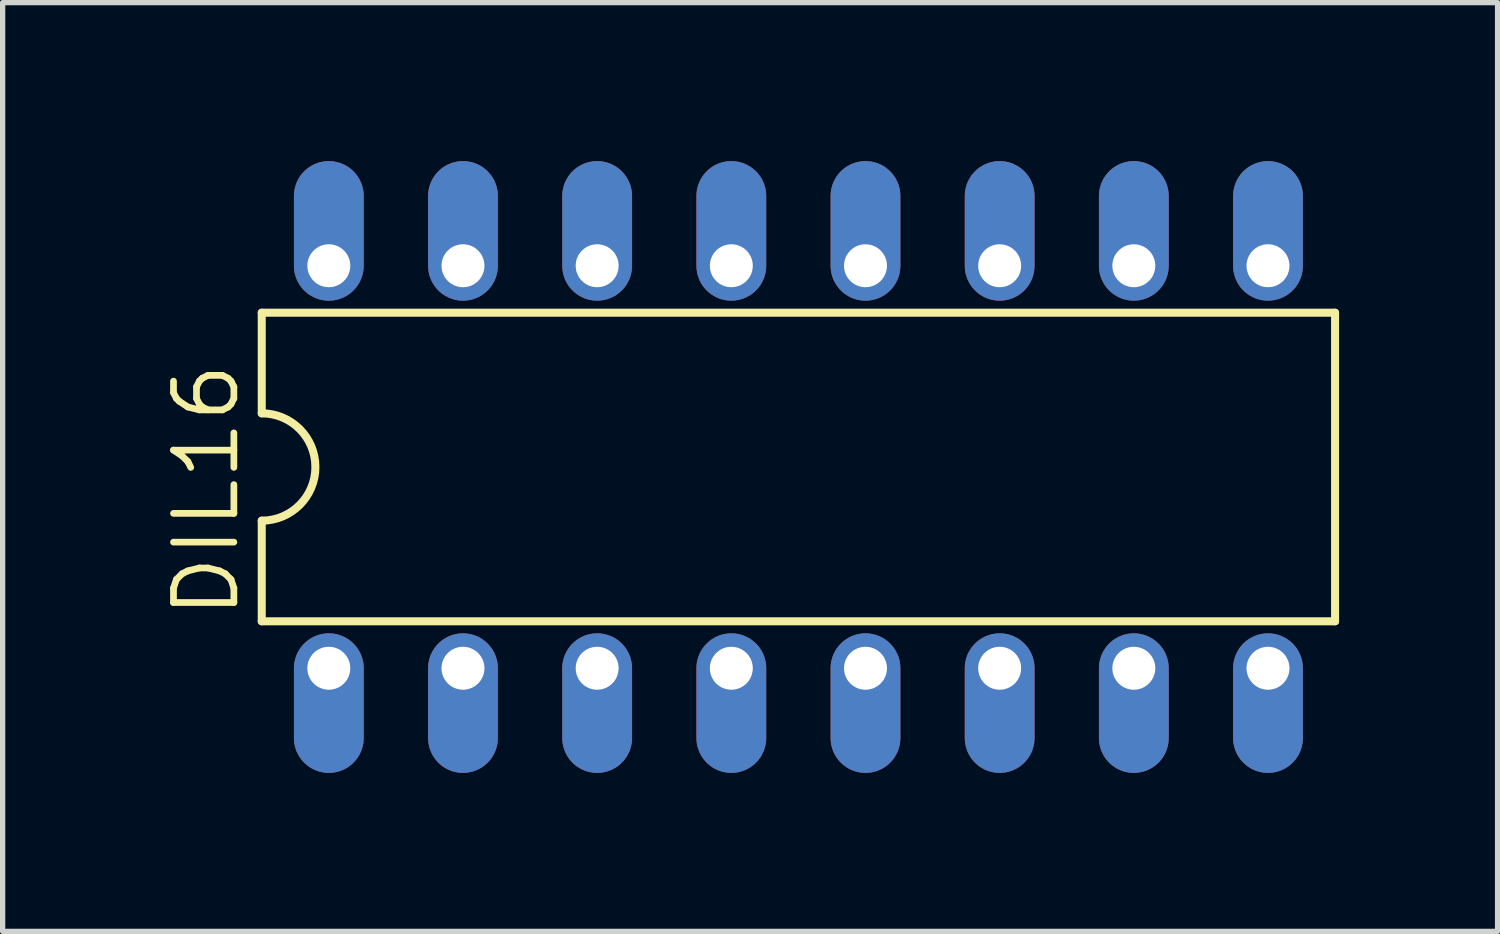
<source format=kicad_pcb>
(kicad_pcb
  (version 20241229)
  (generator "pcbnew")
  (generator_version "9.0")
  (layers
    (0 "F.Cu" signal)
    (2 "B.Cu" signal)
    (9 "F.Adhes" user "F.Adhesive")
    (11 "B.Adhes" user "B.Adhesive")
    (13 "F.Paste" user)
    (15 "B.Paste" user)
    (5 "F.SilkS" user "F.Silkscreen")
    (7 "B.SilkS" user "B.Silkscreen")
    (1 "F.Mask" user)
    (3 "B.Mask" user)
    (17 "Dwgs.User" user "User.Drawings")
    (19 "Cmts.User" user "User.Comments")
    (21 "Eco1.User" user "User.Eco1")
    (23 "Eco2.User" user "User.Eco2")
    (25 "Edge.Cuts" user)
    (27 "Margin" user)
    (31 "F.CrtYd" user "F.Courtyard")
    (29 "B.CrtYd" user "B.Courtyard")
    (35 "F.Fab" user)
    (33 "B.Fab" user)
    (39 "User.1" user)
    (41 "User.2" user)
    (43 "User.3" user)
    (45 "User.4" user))
  (footprint "DIL16"
    (layer "F.Cu")
    (at 12.065 5.791)
    (property "Reference" "DIL16" (at -10.541 2.921 90) (unlocked yes) (layer "F.SilkS") (effects (font (size 1.143 1.143) (thickness 0.127)) (justify left bottom)))
    (fp_line (start -10.16 -2.921) (end -10.16 -1.016) (stroke (width 0.152) (type solid)) (layer "F.SilkS"))
    (fp_line (start -10.16 2.921) (end -10.16 1.016) (stroke (width 0.152) (type solid)) (layer "F.SilkS"))
    (fp_line (start -10.16 2.921) (end 10.16 2.921) (stroke (width 0.152) (type solid)) (layer "F.SilkS"))
    (fp_line (start 10.16 -2.921) (end -10.16 -2.921) (stroke (width 0.152) (type solid)) (layer "F.SilkS"))
    (fp_line (start 10.16 -2.921) (end 10.16 2.921) (stroke (width 0.152) (type solid)) (layer "F.SilkS"))
    (fp_arc (start -10.16 -1.016) (mid -9.144 0) (end -10.16 1.016) (stroke (width 0.1524) (type solid)) (layer "F.SilkS"))
    (pad "1" thru_hole oval (at -8.89 3.81 270) (size 2.642 1.321) (drill 0.813 (offset 0.66 0)) (layers "*.Cu" "*.Mask"))
    (pad "2" thru_hole oval (at -6.35 3.81 270) (size 2.642 1.321) (drill 0.813 (offset 0.66 0)) (layers "*.Cu" "*.Mask"))
    (pad "3" thru_hole oval (at -3.81 3.81 270) (size 2.642 1.321) (drill 0.813 (offset 0.66 0)) (layers "*.Cu" "*.Mask"))
    (pad "4" thru_hole oval (at -1.27 3.81 270) (size 2.642 1.321) (drill 0.813 (offset 0.66 0)) (layers "*.Cu" "*.Mask"))
    (pad "5" thru_hole oval (at 1.27 3.81 270) (size 2.642 1.321) (drill 0.813 (offset 0.66 0)) (layers "*.Cu" "*.Mask"))
    (pad "6" thru_hole oval (at 3.81 3.81 270) (size 2.642 1.321) (drill 0.813 (offset 0.66 0)) (layers "*.Cu" "*.Mask"))
    (pad "7" thru_hole oval (at 6.35 3.81 270) (size 2.642 1.321) (drill 0.813 (offset 0.66 0)) (layers "*.Cu" "*.Mask"))
    (pad "8" thru_hole oval (at 8.89 3.81 270) (size 2.642 1.321) (drill 0.813 (offset 0.66 0)) (layers "*.Cu" "*.Mask"))
    (pad "9" thru_hole oval (at 8.89 -3.81 90) (size 2.642 1.321) (drill 0.813 (offset 0.66 0)) (layers "*.Cu" "*.Mask"))
    (pad "10" thru_hole oval (at 6.35 -3.81 90) (size 2.642 1.321) (drill 0.813 (offset 0.66 0)) (layers "*.Cu" "*.Mask"))
    (pad "11" thru_hole oval (at 3.81 -3.81 90) (size 2.642 1.321) (drill 0.813 (offset 0.66 0)) (layers "*.Cu" "*.Mask"))
    (pad "12" thru_hole oval (at 1.27 -3.81 90) (size 2.642 1.321) (drill 0.813 (offset 0.66 0)) (layers "*.Cu" "*.Mask"))
    (pad "13" thru_hole oval (at -1.27 -3.81 90) (size 2.642 1.321) (drill 0.813 (offset 0.66 0)) (layers "*.Cu" "*.Mask"))
    (pad "14" thru_hole oval (at -3.81 -3.81 90) (size 2.642 1.321) (drill 0.813 (offset 0.66 0)) (layers "*.Cu" "*.Mask"))
    (pad "15" thru_hole oval (at -6.35 -3.81 90) (size 2.642 1.321) (drill 0.813 (offset 0.66 0)) (layers "*.Cu" "*.Mask"))
    (pad "16" thru_hole oval (at -8.89 -3.81 90) (size 2.642 1.321) (drill 0.813 (offset 0.66 0)) (layers "*.Cu" "*.Mask")))
  (gr_rect
    (start -3 -3)
    (end 25.301 14.582)
    (stroke (width 0.1) (type default))
    (fill no)
    (layer "Edge.Cuts")))
</source>
